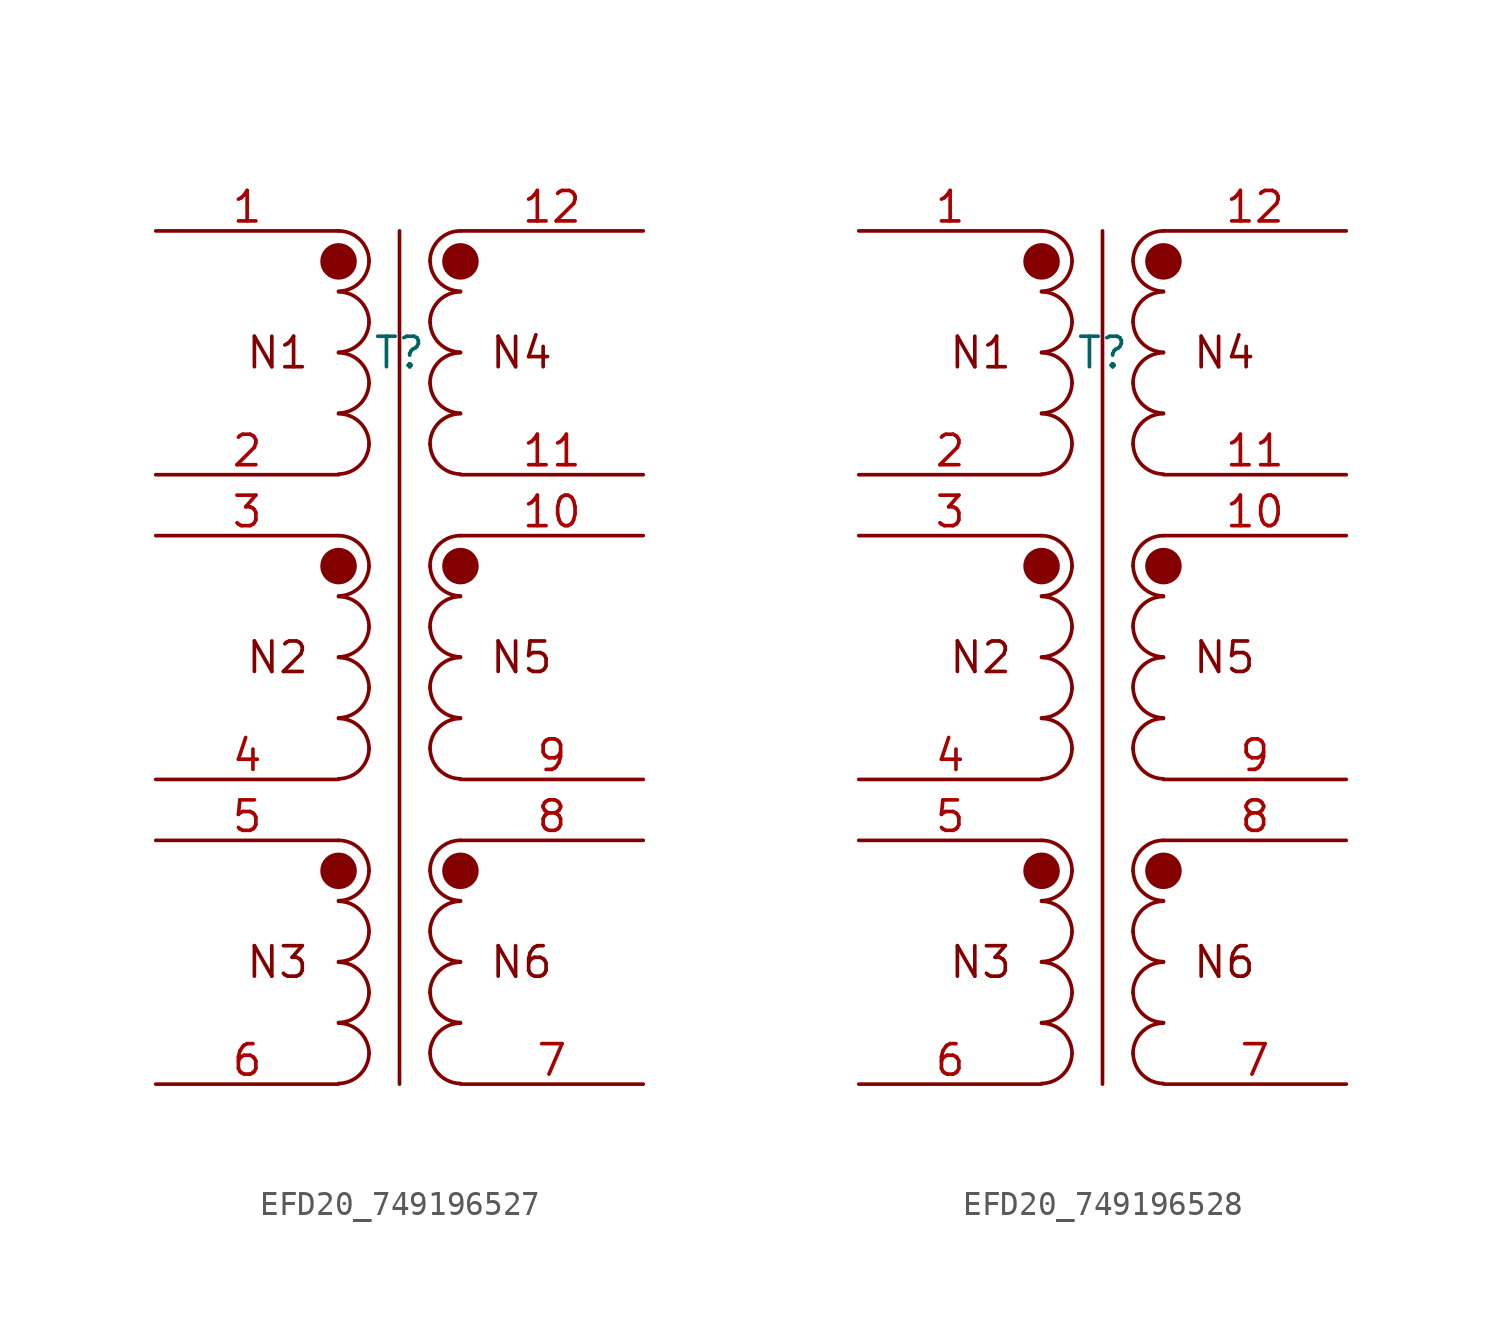
<source format=kicad_sym>
(kicad_symbol_lib
  (version 20220914)
  (generator kicad_symbol_editor)
  (symbol "EFD20_749196527"
    (pin_names hide)
    (property "Reference" "T"
      (at 0 12.7 0)
      (effects (font (size 1.27 1.27))))
    (property "Critical Parameter" ""
      (at 0 -5.08 0)
      (effects (font (size 1.27 1.27)) (justify left)))
    (symbol "EFD20_749196527_0_1"
      (arc (start -2.54 -17.7546) (mid -1.6561 -17.3863) (end -1.27 -16.51) (stroke (width 0) (type default)) (fill (type none)))
      (arc (start -2.54 -15.2146) (mid -1.6561 -14.8463) (end -1.27 -13.97) (stroke (width 0) (type default)) (fill (type none)))
      (arc (start -2.54 -12.6746) (mid -1.6561 -12.3063) (end -1.27 -11.43) (stroke (width 0) (type default)) (fill (type none)))
      (arc (start -2.54 -10.1346) (mid -1.6561 -9.7663) (end -1.27 -8.89) (stroke (width 0) (type default)) (fill (type none)))
      (arc (start -2.54 -5.0546) (mid -1.6561 -4.6863) (end -1.27 -3.81) (stroke (width 0) (type default)) (fill (type none)))
      (arc (start -2.54 -2.5146) (mid -1.6561 -2.1463) (end -1.27 -1.27) (stroke (width 0) (type default)) (fill (type none)))
      (arc (start -2.54 0.0254) (mid -1.6561 0.3937) (end -1.27 1.27) (stroke (width 0) (type default)) (fill (type none)))
      (arc (start -2.54 2.5654) (mid -1.6561 2.9337) (end -1.27 3.81) (stroke (width 0) (type default)) (fill (type none)))
      (arc (start -2.54 7.6454) (mid -1.6561 8.0137) (end -1.27 8.89) (stroke (width 0) (type default)) (fill (type none)))
      (arc (start -2.54 10.1854) (mid -1.6561 10.5537) (end -1.27 11.43) (stroke (width 0) (type default)) (fill (type none)))
      (arc (start -2.54 12.7254) (mid -1.6561 13.0937) (end -1.27 13.97) (stroke (width 0) (type default)) (fill (type none)))
      (arc (start -2.54 15.2654) (mid -1.6561 15.6337) (end -1.27 16.51) (stroke (width 0) (type default)) (fill (type none)))
      (arc (start -1.27 -16.51) (mid -1.642 -15.612) (end -2.54 -15.24) (stroke (width 0) (type default)) (fill (type none)))
      (arc (start -1.27 -13.97) (mid -1.642 -13.072) (end -2.54 -12.7) (stroke (width 0) (type default)) (fill (type none)))
      (arc (start -1.27 -11.43) (mid -1.642 -10.532) (end -2.54 -10.16) (stroke (width 0) (type default)) (fill (type none)))
      (arc (start -1.27 -8.89) (mid -1.642 -7.992) (end -2.54 -7.62) (stroke (width 0) (type default)) (fill (type none)))
      (arc (start -1.27 -3.81) (mid -1.642 -2.912) (end -2.54 -2.54) (stroke (width 0) (type default)) (fill (type none)))
      (arc (start -1.27 -1.27) (mid -1.642 -0.372) (end -2.54 0) (stroke (width 0) (type default)) (fill (type none)))
      (arc (start -1.27 1.27) (mid -1.642 2.168) (end -2.54 2.54) (stroke (width 0) (type default)) (fill (type none)))
      (arc (start -1.27 3.81) (mid -1.642 4.708) (end -2.54 5.08) (stroke (width 0) (type default)) (fill (type none)))
      (arc (start -1.27 8.89) (mid -1.642 9.788) (end -2.54 10.16) (stroke (width 0) (type default)) (fill (type none)))
      (arc (start -1.27 11.43) (mid -1.642 12.328) (end -2.54 12.7) (stroke (width 0) (type default)) (fill (type none)))
      (arc (start -1.27 13.97) (mid -1.642 14.868) (end -2.54 15.24) (stroke (width 0) (type default)) (fill (type none)))
      (arc (start -1.27 16.51) (mid -1.642 17.408) (end -2.54 17.78) (stroke (width 0) (type default)) (fill (type none)))
      (polyline (pts (xy 0 -17.78) (xy 0 17.78)) (stroke (width 0) (type default)) (fill (type none)))
      (arc (start 1.27 -16.51) (mid 1.6561 -17.3863) (end 2.54 -17.7546) (stroke (width 0) (type default)) (fill (type none)))
      (arc (start 1.27 -13.97) (mid 1.6561 -14.8463) (end 2.54 -15.2146) (stroke (width 0) (type default)) (fill (type none)))
      (arc (start 1.27 -11.43) (mid 1.6561 -12.3063) (end 2.54 -12.6746) (stroke (width 0) (type default)) (fill (type none)))
      (arc (start 1.27 -8.89) (mid 1.6561 -9.7663) (end 2.54 -10.1346) (stroke (width 0) (type default)) (fill (type none)))
      (arc (start 1.27 -3.81) (mid 1.6561 -4.6863) (end 2.54 -5.0546) (stroke (width 0) (type default)) (fill (type none)))
      (arc (start 1.27 -1.27) (mid 1.6561 -2.1463) (end 2.54 -2.5146) (stroke (width 0) (type default)) (fill (type none)))
      (arc (start 1.27 1.27) (mid 1.6561 0.3937) (end 2.54 0.0254) (stroke (width 0) (type default)) (fill (type none)))
      (arc (start 1.27 3.81) (mid 1.6561 2.9337) (end 2.54 2.5654) (stroke (width 0) (type default)) (fill (type none)))
      (arc (start 1.27 8.89) (mid 1.6561 8.0137) (end 2.54 7.6454) (stroke (width 0) (type default)) (fill (type none)))
      (arc (start 1.27 11.43) (mid 1.6561 10.5537) (end 2.54 10.1854) (stroke (width 0) (type default)) (fill (type none)))
      (arc (start 1.27 13.97) (mid 1.6561 13.0937) (end 2.54 12.7254) (stroke (width 0) (type default)) (fill (type none)))
      (arc (start 1.27 16.51) (mid 1.6561 15.6337) (end 2.54 15.2654) (stroke (width 0) (type default)) (fill (type none)))
      (arc (start 2.54 -15.24) (mid 1.642 -15.612) (end 1.27 -16.51) (stroke (width 0) (type default)) (fill (type none)))
      (arc (start 2.54 -12.7) (mid 1.642 -13.072) (end 1.27 -13.97) (stroke (width 0) (type default)) (fill (type none)))
      (arc (start 2.54 -10.16) (mid 1.642 -10.532) (end 1.27 -11.43) (stroke (width 0) (type default)) (fill (type none)))
      (arc (start 2.54 -7.62) (mid 1.642 -7.992) (end 1.27 -8.89) (stroke (width 0) (type default)) (fill (type none)))
      (arc (start 2.54 -2.54) (mid 1.642 -2.912) (end 1.27 -3.81) (stroke (width 0) (type default)) (fill (type none)))
      (arc (start 2.54 0) (mid 1.642 -0.372) (end 1.27 -1.27) (stroke (width 0) (type default)) (fill (type none)))
      (arc (start 2.54 2.54) (mid 1.642 2.168) (end 1.27 1.27) (stroke (width 0) (type default)) (fill (type none)))
      (arc (start 2.54 5.08) (mid 1.642 4.708) (end 1.27 3.81) (stroke (width 0) (type default)) (fill (type none)))
      (arc (start 2.54 10.16) (mid 1.642 9.788) (end 1.27 8.89) (stroke (width 0) (type default)) (fill (type none)))
      (arc (start 2.54 12.7) (mid 1.642 12.328) (end 1.27 11.43) (stroke (width 0) (type default)) (fill (type none)))
      (arc (start 2.54 15.24) (mid 1.642 14.868) (end 1.27 13.97) (stroke (width 0) (type default)) (fill (type none)))
      (arc (start 2.54 17.78) (mid 1.642 17.408) (end 1.27 16.51) (stroke (width 0) (type default)) (fill (type none))))
    (symbol "EFD20_749196527_1_1"
      (circle (center -2.54 -8.89) (radius 0.0001) (stroke (width 0.762) (type default)) (fill (type none)))
      (circle (center -2.54 3.81) (radius 0.0001) (stroke (width 0.762) (type default)) (fill (type none)))
      (circle (center -2.54 16.51) (radius 0.0001) (stroke (width 0.762) (type default)) (fill (type none)))
      (circle (center 2.54 -8.89) (radius 0.0001) (stroke (width 0.762) (type default)) (fill (type none)))
      (circle (center 2.54 3.81) (radius 0.0001) (stroke (width 0.762) (type default)) (fill (type none)))
      (circle (center 2.54 16.51) (radius 0.0001) (stroke (width 0.762) (type default)) (fill (type none)))
      (text "N1" (at -5.08 12.7 0) (effects (font (size 1.27 1.27))))
      (text "N2" (at -5.08 0 0) (effects (font (size 1.27 1.27))))
      (text "N3" (at -5.08 -12.7 0) (effects (font (size 1.27 1.27))))
      (text "N4" (at 5.08 12.7 0) (effects (font (size 1.27 1.27))))
      (text "N5" (at 5.08 0 0) (effects (font (size 1.27 1.27))))
      (text "N6" (at 5.08 -12.7 0) (effects (font (size 1.27 1.27))))
      (pin passive line (at -10.16 17.78 0) (length 7.62) (name "1" (effects (font (size 1.27 1.27)))) (number "1" (effects (font (size 1.27 1.27)))))
      (pin passive line (at -10.16 7.62 0) (length 7.62) (name "2" (effects (font (size 1.27 1.27)))) (number "2" (effects (font (size 1.27 1.27)))))
      (pin passive line (at -10.16 5.08 0) (length 7.62) (name "3" (effects (font (size 1.27 1.27)))) (number "3" (effects (font (size 1.27 1.27)))))
      (pin passive line (at -10.16 -5.08 0) (length 7.62) (name "4" (effects (font (size 1.27 1.27)))) (number "4" (effects (font (size 1.27 1.27)))))
      (pin passive line (at -10.16 -7.62 0) (length 7.62) (name "5" (effects (font (size 1.27 1.27)))) (number "5" (effects (font (size 1.27 1.27)))))
      (pin passive line (at -10.16 -17.78 0) (length 7.62) (name "6" (effects (font (size 1.27 1.27)))) (number "6" (effects (font (size 1.27 1.27)))))
      (pin passive line (at 10.16 -17.78 180) (length 7.62) (name "7" (effects (font (size 1.27 1.27)))) (number "7" (effects (font (size 1.27 1.27)))))
      (pin passive line (at 10.16 -7.62 180) (length 7.62) (name "8" (effects (font (size 1.27 1.27)))) (number "8" (effects (font (size 1.27 1.27)))))
      (pin passive line (at 10.16 -5.08 180) (length 7.62) (name "9" (effects (font (size 1.27 1.27)))) (number "9" (effects (font (size 1.27 1.27)))))
      (pin passive line (at 10.16 5.08 180) (length 7.62) (name "10" (effects (font (size 1.27 1.27)))) (number "10" (effects (font (size 1.27 1.27)))))
      (pin passive line (at 10.16 7.62 180) (length 7.62) (name "11" (effects (font (size 1.27 1.27)))) (number "11" (effects (font (size 1.27 1.27)))))
      (pin passive line (at 10.16 17.78 180) (length 7.62) (name "12" (effects (font (size 1.27 1.27)))) (number "12" (effects (font (size 1.27 1.27)))))))
  (symbol "EFD20_749196528"
    (pin_names hide)
    (property "Reference" "T"
      (at 0 12.7 0)
      (effects (font (size 1.27 1.27))))
    (property "Critical Parameter" ""
      (at 0 -5.08 0)
      (effects (font (size 1.27 1.27)) (justify left)))
    (symbol "EFD20_749196528_0_1"
      (arc (start -2.54 -17.7546) (mid -1.6561 -17.3863) (end -1.27 -16.51) (stroke (width 0) (type default)) (fill (type none)))
      (arc (start -2.54 -15.2146) (mid -1.6561 -14.8463) (end -1.27 -13.97) (stroke (width 0) (type default)) (fill (type none)))
      (arc (start -2.54 -12.6746) (mid -1.6561 -12.3063) (end -1.27 -11.43) (stroke (width 0) (type default)) (fill (type none)))
      (arc (start -2.54 -10.1346) (mid -1.6561 -9.7663) (end -1.27 -8.89) (stroke (width 0) (type default)) (fill (type none)))
      (arc (start -2.54 -5.0546) (mid -1.6561 -4.6863) (end -1.27 -3.81) (stroke (width 0) (type default)) (fill (type none)))
      (arc (start -2.54 -2.5146) (mid -1.6561 -2.1463) (end -1.27 -1.27) (stroke (width 0) (type default)) (fill (type none)))
      (arc (start -2.54 0.0254) (mid -1.6561 0.3937) (end -1.27 1.27) (stroke (width 0) (type default)) (fill (type none)))
      (arc (start -2.54 2.5654) (mid -1.6561 2.9337) (end -1.27 3.81) (stroke (width 0) (type default)) (fill (type none)))
      (arc (start -2.54 7.6454) (mid -1.6561 8.0137) (end -1.27 8.89) (stroke (width 0) (type default)) (fill (type none)))
      (arc (start -2.54 10.1854) (mid -1.6561 10.5537) (end -1.27 11.43) (stroke (width 0) (type default)) (fill (type none)))
      (arc (start -2.54 12.7254) (mid -1.6561 13.0937) (end -1.27 13.97) (stroke (width 0) (type default)) (fill (type none)))
      (arc (start -2.54 15.2654) (mid -1.6561 15.6337) (end -1.27 16.51) (stroke (width 0) (type default)) (fill (type none)))
      (arc (start -1.27 -16.51) (mid -1.642 -15.612) (end -2.54 -15.24) (stroke (width 0) (type default)) (fill (type none)))
      (arc (start -1.27 -13.97) (mid -1.642 -13.072) (end -2.54 -12.7) (stroke (width 0) (type default)) (fill (type none)))
      (arc (start -1.27 -11.43) (mid -1.642 -10.532) (end -2.54 -10.16) (stroke (width 0) (type default)) (fill (type none)))
      (arc (start -1.27 -8.89) (mid -1.642 -7.992) (end -2.54 -7.62) (stroke (width 0) (type default)) (fill (type none)))
      (arc (start -1.27 -3.81) (mid -1.642 -2.912) (end -2.54 -2.54) (stroke (width 0) (type default)) (fill (type none)))
      (arc (start -1.27 -1.27) (mid -1.642 -0.372) (end -2.54 0) (stroke (width 0) (type default)) (fill (type none)))
      (arc (start -1.27 1.27) (mid -1.642 2.168) (end -2.54 2.54) (stroke (width 0) (type default)) (fill (type none)))
      (arc (start -1.27 3.81) (mid -1.642 4.708) (end -2.54 5.08) (stroke (width 0) (type default)) (fill (type none)))
      (arc (start -1.27 8.89) (mid -1.642 9.788) (end -2.54 10.16) (stroke (width 0) (type default)) (fill (type none)))
      (arc (start -1.27 11.43) (mid -1.642 12.328) (end -2.54 12.7) (stroke (width 0) (type default)) (fill (type none)))
      (arc (start -1.27 13.97) (mid -1.642 14.868) (end -2.54 15.24) (stroke (width 0) (type default)) (fill (type none)))
      (arc (start -1.27 16.51) (mid -1.642 17.408) (end -2.54 17.78) (stroke (width 0) (type default)) (fill (type none)))
      (polyline (pts (xy 0 -17.78) (xy 0 17.78)) (stroke (width 0) (type default)) (fill (type none)))
      (arc (start 1.27 -16.51) (mid 1.6561 -17.3863) (end 2.54 -17.7546) (stroke (width 0) (type default)) (fill (type none)))
      (arc (start 1.27 -13.97) (mid 1.6561 -14.8463) (end 2.54 -15.2146) (stroke (width 0) (type default)) (fill (type none)))
      (arc (start 1.27 -11.43) (mid 1.6561 -12.3063) (end 2.54 -12.6746) (stroke (width 0) (type default)) (fill (type none)))
      (arc (start 1.27 -8.89) (mid 1.6561 -9.7663) (end 2.54 -10.1346) (stroke (width 0) (type default)) (fill (type none)))
      (arc (start 1.27 -3.81) (mid 1.6561 -4.6863) (end 2.54 -5.0546) (stroke (width 0) (type default)) (fill (type none)))
      (arc (start 1.27 -1.27) (mid 1.6561 -2.1463) (end 2.54 -2.5146) (stroke (width 0) (type default)) (fill (type none)))
      (arc (start 1.27 1.27) (mid 1.6561 0.3937) (end 2.54 0.0254) (stroke (width 0) (type default)) (fill (type none)))
      (arc (start 1.27 3.81) (mid 1.6561 2.9337) (end 2.54 2.5654) (stroke (width 0) (type default)) (fill (type none)))
      (arc (start 1.27 8.89) (mid 1.6561 8.0137) (end 2.54 7.6454) (stroke (width 0) (type default)) (fill (type none)))
      (arc (start 1.27 11.43) (mid 1.6561 10.5537) (end 2.54 10.1854) (stroke (width 0) (type default)) (fill (type none)))
      (arc (start 1.27 13.97) (mid 1.6561 13.0937) (end 2.54 12.7254) (stroke (width 0) (type default)) (fill (type none)))
      (arc (start 1.27 16.51) (mid 1.6561 15.6337) (end 2.54 15.2654) (stroke (width 0) (type default)) (fill (type none)))
      (arc (start 2.54 -15.24) (mid 1.642 -15.612) (end 1.27 -16.51) (stroke (width 0) (type default)) (fill (type none)))
      (arc (start 2.54 -12.7) (mid 1.642 -13.072) (end 1.27 -13.97) (stroke (width 0) (type default)) (fill (type none)))
      (arc (start 2.54 -10.16) (mid 1.642 -10.532) (end 1.27 -11.43) (stroke (width 0) (type default)) (fill (type none)))
      (arc (start 2.54 -7.62) (mid 1.642 -7.992) (end 1.27 -8.89) (stroke (width 0) (type default)) (fill (type none)))
      (arc (start 2.54 -2.54) (mid 1.642 -2.912) (end 1.27 -3.81) (stroke (width 0) (type default)) (fill (type none)))
      (arc (start 2.54 0) (mid 1.642 -0.372) (end 1.27 -1.27) (stroke (width 0) (type default)) (fill (type none)))
      (arc (start 2.54 2.54) (mid 1.642 2.168) (end 1.27 1.27) (stroke (width 0) (type default)) (fill (type none)))
      (arc (start 2.54 5.08) (mid 1.642 4.708) (end 1.27 3.81) (stroke (width 0) (type default)) (fill (type none)))
      (arc (start 2.54 10.16) (mid 1.642 9.788) (end 1.27 8.89) (stroke (width 0) (type default)) (fill (type none)))
      (arc (start 2.54 12.7) (mid 1.642 12.328) (end 1.27 11.43) (stroke (width 0) (type default)) (fill (type none)))
      (arc (start 2.54 15.24) (mid 1.642 14.868) (end 1.27 13.97) (stroke (width 0) (type default)) (fill (type none)))
      (arc (start 2.54 17.78) (mid 1.642 17.408) (end 1.27 16.51) (stroke (width 0) (type default)) (fill (type none))))
    (symbol "EFD20_749196528_1_1"
      (circle (center -2.54 -8.89) (radius 0.0001) (stroke (width 0.762) (type default)) (fill (type none)))
      (circle (center -2.54 3.81) (radius 0.0001) (stroke (width 0.762) (type default)) (fill (type none)))
      (circle (center -2.54 16.51) (radius 0.0001) (stroke (width 0.762) (type default)) (fill (type none)))
      (circle (center 2.54 -8.89) (radius 0.0001) (stroke (width 0.762) (type default)) (fill (type none)))
      (circle (center 2.54 3.81) (radius 0.0001) (stroke (width 0.762) (type default)) (fill (type none)))
      (circle (center 2.54 16.51) (radius 0.0001) (stroke (width 0.762) (type default)) (fill (type none)))
      (text "N1" (at -5.08 12.7 0) (effects (font (size 1.27 1.27))))
      (text "N2" (at -5.08 0 0) (effects (font (size 1.27 1.27))))
      (text "N3" (at -5.08 -12.7 0) (effects (font (size 1.27 1.27))))
      (text "N4" (at 5.08 12.7 0) (effects (font (size 1.27 1.27))))
      (text "N5" (at 5.08 0 0) (effects (font (size 1.27 1.27))))
      (text "N6" (at 5.08 -12.7 0) (effects (font (size 1.27 1.27))))
      (pin passive line (at -10.16 17.78 0) (length 7.62) (name "1" (effects (font (size 1.27 1.27)))) (number "1" (effects (font (size 1.27 1.27)))))
      (pin passive line (at -10.16 7.62 0) (length 7.62) (name "2" (effects (font (size 1.27 1.27)))) (number "2" (effects (font (size 1.27 1.27)))))
      (pin passive line (at -10.16 5.08 0) (length 7.62) (name "3" (effects (font (size 1.27 1.27)))) (number "3" (effects (font (size 1.27 1.27)))))
      (pin passive line (at -10.16 -5.08 0) (length 7.62) (name "4" (effects (font (size 1.27 1.27)))) (number "4" (effects (font (size 1.27 1.27)))))
      (pin passive line (at -10.16 -7.62 0) (length 7.62) (name "5" (effects (font (size 1.27 1.27)))) (number "5" (effects (font (size 1.27 1.27)))))
      (pin passive line (at -10.16 -17.78 0) (length 7.62) (name "6" (effects (font (size 1.27 1.27)))) (number "6" (effects (font (size 1.27 1.27)))))
      (pin passive line (at 10.16 -17.78 180) (length 7.62) (name "7" (effects (font (size 1.27 1.27)))) (number "7" (effects (font (size 1.27 1.27)))))
      (pin passive line (at 10.16 -7.62 180) (length 7.62) (name "8" (effects (font (size 1.27 1.27)))) (number "8" (effects (font (size 1.27 1.27)))))
      (pin passive line (at 10.16 -5.08 180) (length 7.62) (name "9" (effects (font (size 1.27 1.27)))) (number "9" (effects (font (size 1.27 1.27)))))
      (pin passive line (at 10.16 5.08 180) (length 7.62) (name "10" (effects (font (size 1.27 1.27)))) (number "10" (effects (font (size 1.27 1.27)))))
      (pin passive line (at 10.16 7.62 180) (length 7.62) (name "11" (effects (font (size 1.27 1.27)))) (number "11" (effects (font (size 1.27 1.27)))))
      (pin passive line (at 10.16 17.78 180) (length 7.62) (name "12" (effects (font (size 1.27 1.27)))) (number "12" (effects (font (size 1.27 1.27))))))))
</source>
